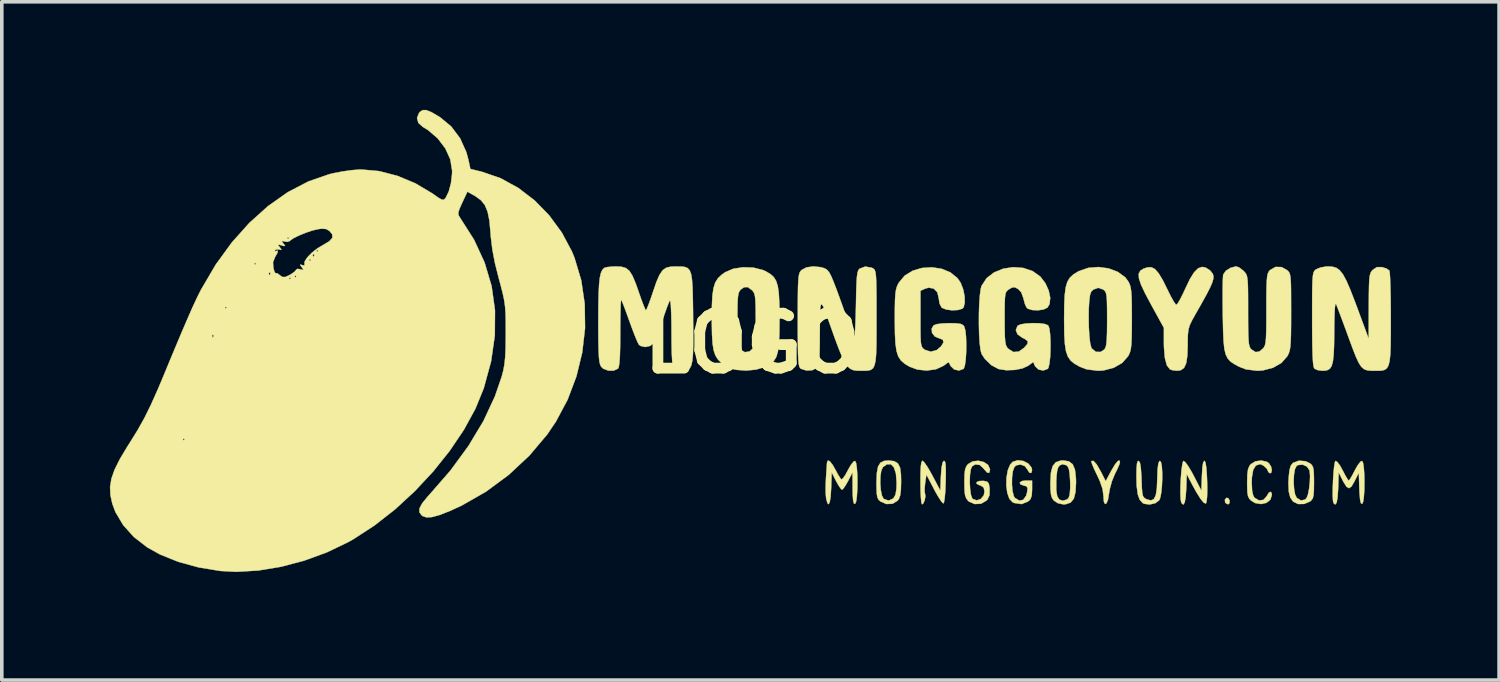
<source format=kicad_pcb>
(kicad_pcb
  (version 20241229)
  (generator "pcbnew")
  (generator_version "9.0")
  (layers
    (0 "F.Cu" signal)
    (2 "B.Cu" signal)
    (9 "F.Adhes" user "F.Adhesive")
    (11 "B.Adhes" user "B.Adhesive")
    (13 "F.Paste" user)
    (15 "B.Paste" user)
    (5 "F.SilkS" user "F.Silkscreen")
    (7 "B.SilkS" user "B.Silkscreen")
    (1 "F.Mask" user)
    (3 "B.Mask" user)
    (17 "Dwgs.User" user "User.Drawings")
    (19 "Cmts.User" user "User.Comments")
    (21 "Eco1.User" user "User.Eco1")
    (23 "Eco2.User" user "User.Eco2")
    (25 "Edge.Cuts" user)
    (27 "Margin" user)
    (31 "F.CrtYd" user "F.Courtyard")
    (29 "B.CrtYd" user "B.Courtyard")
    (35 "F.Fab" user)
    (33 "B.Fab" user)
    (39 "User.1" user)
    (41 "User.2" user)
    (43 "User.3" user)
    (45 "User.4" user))
  (footprint "LOGO"
    (layer "F.Cu")
    (at 17.822 6.478)
    (property "Reference" "LOGO" (at 0 0 0) (layer "F.SilkS") (effects (font (size 1.524 1.524) (thickness 0.3))))
    (attr through_hole)
    (fp_poly (pts (xy 13.212 4.295) (xy 13.253 4.358) (xy 13.252 4.434) (xy 13.211 4.47) (xy 13.142 4.433) (xy 13.132 4.42) (xy 13.122 4.344) (xy 13.162 4.291) (xy 13.212 4.295)) (stroke (width 0.01) (type solid)) (fill yes) (layer "F.SilkS"))
    (fp_poly (pts (xy 10.211 3.304) (xy 10.189 3.374) (xy 10.132 3.503) (xy 10.073 3.621) (xy 9.987 3.829) (xy 9.925 4.057) (xy 9.908 4.162) (xy 9.878 4.339) (xy 9.838 4.44) (xy 9.797 4.46) (xy 9.765 4.394) (xy 9.754 4.245) (xy 9.73 4.048) (xy 9.652 3.821) (xy 9.573 3.651) (xy 9.491 3.48) (xy 9.435 3.346) (xy 9.415 3.273) (xy 9.417 3.266) (xy 9.478 3.265) (xy 9.564 3.36) (xy 9.675 3.552) (xy 9.684 3.568) (xy 9.815 3.827) (xy 9.969 3.539) (xy 10.072 3.365) (xy 10.151 3.268) (xy 10.198 3.253) (xy 10.211 3.304)) (stroke (width 0.01) (type solid)) (fill yes) (layer "F.SilkS"))
    (fp_poly (pts (xy 12.562 3.265) (xy 12.587 3.32) (xy 12.607 3.452) (xy 12.622 3.635) (xy 12.631 3.845) (xy 12.634 4.056) (xy 12.63 4.243) (xy 12.617 4.381) (xy 12.597 4.446) (xy 12.596 4.447) (xy 12.538 4.425) (xy 12.447 4.315) (xy 12.327 4.123) (xy 12.211 3.912) (xy 12.065 3.632) (xy 12.05 4.051) (xy 12.034 4.274) (xy 12.007 4.418) (xy 11.97 4.477) (xy 11.927 4.443) (xy 11.909 4.403) (xy 11.893 4.308) (xy 11.888 4.148) (xy 11.891 3.951) (xy 11.901 3.74) (xy 11.917 3.541) (xy 11.938 3.38) (xy 11.961 3.282) (xy 11.974 3.265) (xy 12.023 3.298) (xy 12.104 3.407) (xy 12.204 3.574) (xy 12.253 3.667) (xy 12.471 4.089) (xy 12.486 3.667) (xy 12.499 3.444) (xy 12.52 3.313) (xy 12.55 3.264) (xy 12.562 3.265)) (stroke (width 0.01) (type solid)) (fill yes) (layer "F.SilkS"))
    (fp_poly (pts (xy 10.767 3.32) (xy 10.791 3.465) (xy 10.807 3.705) (xy 10.81 3.778) (xy 10.818 4.006) (xy 10.83 4.154) (xy 10.851 4.242) (xy 10.887 4.292) (xy 10.942 4.325) (xy 10.951 4.329) (xy 11.067 4.36) (xy 11.15 4.327) (xy 11.205 4.219) (xy 11.235 4.029) (xy 11.247 3.754) (xy 11.255 3.502) (xy 11.275 3.342) (xy 11.306 3.269) (xy 11.316 3.264) (xy 11.349 3.297) (xy 11.372 3.408) (xy 11.383 3.572) (xy 11.384 3.766) (xy 11.375 3.967) (xy 11.356 4.15) (xy 11.328 4.292) (xy 11.3 4.357) (xy 11.19 4.438) (xy 11.036 4.473) (xy 10.885 4.454) (xy 10.841 4.432) (xy 10.758 4.34) (xy 10.704 4.187) (xy 10.675 3.959) (xy 10.668 3.708) (xy 10.672 3.477) (xy 10.684 3.336) (xy 10.706 3.271) (xy 10.732 3.264) (xy 10.767 3.32)) (stroke (width 0.01) (type solid)) (fill yes) (layer "F.SilkS"))
    (fp_poly (pts (xy 4.737 3.262) (xy 4.788 3.314) (xy 4.87 3.434) (xy 4.968 3.602) (xy 5.013 3.686) (xy 5.226 4.089) (xy 5.242 3.687) (xy 5.26 3.447) (xy 5.29 3.306) (xy 5.323 3.263) (xy 5.351 3.275) (xy 5.369 3.342) (xy 5.377 3.476) (xy 5.377 3.692) (xy 5.374 3.843) (xy 5.364 4.1) (xy 5.347 4.295) (xy 5.327 4.414) (xy 5.309 4.445) (xy 5.264 4.403) (xy 5.188 4.29) (xy 5.093 4.128) (xy 5.049 4.044) (xy 4.84 3.643) (xy 4.804 3.879) (xy 4.789 4.029) (xy 4.792 4.138) (xy 4.799 4.163) (xy 4.811 4.244) (xy 4.792 4.353) (xy 4.754 4.443) (xy 4.719 4.47) (xy 4.701 4.423) (xy 4.687 4.293) (xy 4.677 4.101) (xy 4.674 3.866) (xy 4.674 3.857) (xy 4.676 3.586) (xy 4.685 3.405) (xy 4.701 3.301) (xy 4.725 3.262) (xy 4.737 3.262)) (stroke (width 0.01) (type solid)) (fill yes) (layer "F.SilkS"))
    (fp_poly (pts (xy 14.289 3.289) (xy 14.347 3.331) (xy 14.405 3.423) (xy 14.426 3.524) (xy 14.406 3.595) (xy 14.376 3.607) (xy 14.327 3.571) (xy 14.326 3.56) (xy 14.286 3.478) (xy 14.198 3.396) (xy 14.105 3.353) (xy 14.097 3.353) (xy 13.983 3.391) (xy 13.909 3.51) (xy 13.873 3.716) (xy 13.868 3.861) (xy 13.878 4.085) (xy 13.909 4.226) (xy 13.948 4.289) (xy 14.074 4.362) (xy 14.196 4.344) (xy 14.284 4.242) (xy 14.348 4.14) (xy 14.401 4.122) (xy 14.427 4.19) (xy 14.427 4.209) (xy 14.385 4.341) (xy 14.275 4.428) (xy 14.126 4.461) (xy 13.966 4.434) (xy 13.861 4.373) (xy 13.801 4.314) (xy 13.765 4.24) (xy 13.747 4.126) (xy 13.742 3.945) (xy 13.741 3.871) (xy 13.746 3.65) (xy 13.764 3.505) (xy 13.801 3.409) (xy 13.838 3.358) (xy 13.97 3.276) (xy 14.135 3.253) (xy 14.289 3.289)) (stroke (width 0.01) (type solid)) (fill yes) (layer "F.SilkS"))
    (fp_poly (pts (xy 3.944 3.271) (xy 4.046 3.331) (xy 4.107 3.448) (xy 4.133 3.639) (xy 4.137 3.836) (xy 4.131 4.064) (xy 4.113 4.215) (xy 4.078 4.314) (xy 4.04 4.367) (xy 3.9 4.453) (xy 3.728 4.46) (xy 3.567 4.391) (xy 3.513 4.343) (xy 3.479 4.278) (xy 3.461 4.172) (xy 3.455 4.001) (xy 3.454 3.884) (xy 3.558 3.884) (xy 3.573 4.072) (xy 3.605 4.227) (xy 3.653 4.316) (xy 3.659 4.32) (xy 3.789 4.365) (xy 3.906 4.314) (xy 3.933 4.289) (xy 3.982 4.198) (xy 4.008 4.039) (xy 4.013 3.861) (xy 3.993 3.614) (xy 3.938 3.444) (xy 3.853 3.356) (xy 3.743 3.358) (xy 3.631 3.438) (xy 3.586 3.535) (xy 3.563 3.694) (xy 3.558 3.884) (xy 3.454 3.884) (xy 3.454 3.866) (xy 3.464 3.601) (xy 3.497 3.422) (xy 3.563 3.314) (xy 3.669 3.263) (xy 3.789 3.253) (xy 3.944 3.271)) (stroke (width 0.01) (type solid)) (fill yes) (layer "F.SilkS"))
    (fp_poly (pts (xy 8.793 3.276) (xy 8.899 3.357) (xy 8.962 3.508) (xy 8.989 3.74) (xy 8.992 3.861) (xy 8.977 4.129) (xy 8.93 4.312) (xy 8.842 4.42) (xy 8.707 4.466) (xy 8.636 4.47) (xy 8.487 4.436) (xy 8.382 4.369) (xy 8.329 4.299) (xy 8.298 4.203) (xy 8.284 4.055) (xy 8.28 3.861) (xy 8.282 3.833) (xy 8.443 3.833) (xy 8.443 4.082) (xy 8.47 4.246) (xy 8.527 4.337) (xy 8.619 4.368) (xy 8.636 4.369) (xy 8.744 4.332) (xy 8.784 4.297) (xy 8.816 4.202) (xy 8.831 4.021) (xy 8.829 3.833) (xy 8.815 3.618) (xy 8.792 3.484) (xy 8.754 3.408) (xy 8.725 3.384) (xy 8.615 3.355) (xy 8.547 3.384) (xy 8.498 3.437) (xy 8.468 3.538) (xy 8.449 3.706) (xy 8.443 3.833) (xy 8.282 3.833) (xy 8.295 3.592) (xy 8.342 3.41) (xy 8.43 3.302) (xy 8.565 3.255) (xy 8.636 3.251) (xy 8.793 3.276)) (stroke (width 0.01) (type solid)) (fill yes) (layer "F.SilkS"))
    (fp_poly (pts (xy 7.53 3.266) (xy 7.668 3.338) (xy 7.756 3.447) (xy 7.772 3.522) (xy 7.749 3.597) (xy 7.697 3.592) (xy 7.647 3.51) (xy 7.645 3.505) (xy 7.571 3.408) (xy 7.454 3.365) (xy 7.336 3.385) (xy 7.282 3.431) (xy 7.239 3.546) (xy 7.216 3.719) (xy 7.213 3.916) (xy 7.229 4.102) (xy 7.265 4.243) (xy 7.293 4.289) (xy 7.416 4.365) (xy 7.524 4.345) (xy 7.605 4.235) (xy 7.635 4.131) (xy 7.647 4.017) (xy 7.613 3.967) (xy 7.559 3.953) (xy 7.449 3.915) (xy 7.43 3.864) (xy 7.494 3.822) (xy 7.59 3.81) (xy 7.772 3.81) (xy 7.772 4.061) (xy 7.762 4.228) (xy 7.724 4.33) (xy 7.659 4.391) (xy 7.48 4.462) (xy 7.282 4.433) (xy 7.232 4.411) (xy 7.142 4.316) (xy 7.084 4.153) (xy 7.057 3.948) (xy 7.062 3.731) (xy 7.097 3.527) (xy 7.164 3.366) (xy 7.234 3.29) (xy 7.374 3.246) (xy 7.53 3.266)) (stroke (width 0.01) (type solid)) (fill yes) (layer "F.SilkS"))
    (fp_poly (pts (xy 16.245 3.295) (xy 16.32 3.396) (xy 16.392 3.527) (xy 16.469 3.675) (xy 16.531 3.777) (xy 16.561 3.81) (xy 16.597 3.768) (xy 16.661 3.659) (xy 16.729 3.527) (xy 16.813 3.378) (xy 16.888 3.284) (xy 16.93 3.264) (xy 16.959 3.322) (xy 16.979 3.455) (xy 16.992 3.64) (xy 16.996 3.851) (xy 16.993 4.063) (xy 16.981 4.251) (xy 16.962 4.39) (xy 16.934 4.456) (xy 16.931 4.457) (xy 16.898 4.435) (xy 16.875 4.335) (xy 16.86 4.148) (xy 16.855 4.034) (xy 16.84 3.591) (xy 16.721 3.83) (xy 16.64 3.97) (xy 16.571 4.021) (xy 16.501 3.983) (xy 16.417 3.851) (xy 16.375 3.77) (xy 16.281 3.581) (xy 16.267 4.026) (xy 16.251 4.276) (xy 16.224 4.425) (xy 16.184 4.475) (xy 16.137 4.432) (xy 16.122 4.356) (xy 16.115 4.21) (xy 16.117 4.018) (xy 16.125 3.807) (xy 16.138 3.601) (xy 16.155 3.425) (xy 16.175 3.304) (xy 16.194 3.263) (xy 16.245 3.295)) (stroke (width 0.01) (type solid)) (fill yes) (layer "F.SilkS"))
    (fp_poly (pts (xy 15.362 3.273) (xy 15.483 3.33) (xy 15.537 3.378) (xy 15.571 3.443) (xy 15.588 3.548) (xy 15.595 3.717) (xy 15.596 3.861) (xy 15.593 4.08) (xy 15.583 4.222) (xy 15.56 4.308) (xy 15.518 4.363) (xy 15.483 4.391) (xy 15.322 4.459) (xy 15.153 4.46) (xy 15.019 4.394) (xy 15.015 4.391) (xy 14.938 4.279) (xy 14.897 4.122) (xy 14.887 3.9) (xy 14.889 3.842) (xy 15.032 3.842) (xy 15.043 4.034) (xy 15.071 4.194) (xy 15.117 4.289) (xy 15.237 4.363) (xy 15.348 4.337) (xy 15.387 4.299) (xy 15.427 4.204) (xy 15.459 4.043) (xy 15.481 3.854) (xy 15.487 3.672) (xy 15.474 3.533) (xy 15.473 3.529) (xy 15.401 3.421) (xy 15.281 3.366) (xy 15.153 3.379) (xy 15.112 3.404) (xy 15.067 3.494) (xy 15.04 3.651) (xy 15.032 3.842) (xy 14.889 3.842) (xy 14.894 3.726) (xy 14.915 3.522) (xy 14.952 3.395) (xy 15.01 3.322) (xy 15.011 3.321) (xy 15.176 3.258) (xy 15.362 3.273)) (stroke (width 0.01) (type solid)) (fill yes) (layer "F.SilkS"))
    (fp_poly (pts (xy 2.16 3.275) (xy 2.239 3.377) (xy 2.31 3.502) (xy 2.387 3.645) (xy 2.452 3.747) (xy 2.479 3.778) (xy 2.521 3.751) (xy 2.59 3.652) (xy 2.659 3.524) (xy 2.743 3.376) (xy 2.817 3.284) (xy 2.859 3.264) (xy 2.888 3.322) (xy 2.908 3.455) (xy 2.921 3.64) (xy 2.925 3.851) (xy 2.921 4.063) (xy 2.909 4.252) (xy 2.889 4.391) (xy 2.86 4.456) (xy 2.857 4.458) (xy 2.825 4.441) (xy 2.805 4.357) (xy 2.794 4.192) (xy 2.792 4.03) (xy 2.789 3.581) (xy 2.664 3.823) (xy 2.587 3.957) (xy 2.523 4.045) (xy 2.497 4.064) (xy 2.453 4.023) (xy 2.384 3.916) (xy 2.333 3.823) (xy 2.21 3.581) (xy 2.195 4.026) (xy 2.181 4.253) (xy 2.157 4.402) (xy 2.127 4.466) (xy 2.094 4.441) (xy 2.059 4.319) (xy 2.056 4.303) (xy 2.044 4.168) (xy 2.042 3.973) (xy 2.051 3.761) (xy 2.051 3.757) (xy 2.064 3.564) (xy 2.074 3.408) (xy 2.08 3.319) (xy 2.08 3.315) (xy 2.104 3.252) (xy 2.16 3.275)) (stroke (width 0.01) (type solid)) (fill yes) (layer "F.SilkS"))
    (fp_poly (pts (xy 6.433 3.296) (xy 6.551 3.376) (xy 6.603 3.493) (xy 6.604 3.508) (xy 6.583 3.593) (xy 6.526 3.589) (xy 6.442 3.497) (xy 6.431 3.48) (xy 6.32 3.376) (xy 6.197 3.36) (xy 6.106 3.414) (xy 6.069 3.503) (xy 6.048 3.659) (xy 6.042 3.85) (xy 6.052 4.043) (xy 6.075 4.207) (xy 6.113 4.308) (xy 6.123 4.319) (xy 6.236 4.359) (xy 6.348 4.32) (xy 6.43 4.223) (xy 6.452 4.121) (xy 6.431 4.006) (xy 6.349 3.949) (xy 6.317 3.94) (xy 6.233 3.899) (xy 6.233 3.855) (xy 6.302 3.823) (xy 6.425 3.818) (xy 6.433 3.819) (xy 6.526 3.84) (xy 6.572 3.897) (xy 6.592 4.019) (xy 6.594 4.049) (xy 6.589 4.218) (xy 6.534 4.334) (xy 6.505 4.366) (xy 6.355 4.452) (xy 6.181 4.461) (xy 6.022 4.394) (xy 5.994 4.369) (xy 5.942 4.299) (xy 5.91 4.203) (xy 5.896 4.055) (xy 5.893 3.861) (xy 5.897 3.645) (xy 5.913 3.505) (xy 5.947 3.413) (xy 5.994 3.353) (xy 6.125 3.277) (xy 6.282 3.26) (xy 6.433 3.296)) (stroke (width 0.01) (type solid)) (fill yes) (layer "F.SilkS"))
    (fp_poly (pts (xy 12.585 -2.104) (xy 12.71 -2.025) (xy 12.784 -1.934) (xy 12.805 -1.87) (xy 12.803 -1.793) (xy 12.773 -1.688) (xy 12.71 -1.543) (xy 12.609 -1.346) (xy 12.464 -1.084) (xy 12.324 -0.838) (xy 12.216 -0.646) (xy 12.148 -0.505) (xy 12.111 -0.378) (xy 12.095 -0.231) (xy 12.091 -0.028) (xy 12.091 0.052) (xy 12.081 0.345) (xy 12.05 0.551) (xy 11.991 0.68) (xy 11.901 0.746) (xy 11.795 0.761) (xy 11.67 0.747) (xy 11.598 0.722) (xy 11.512 0.61) (xy 11.457 0.402) (xy 11.432 0.099) (xy 11.43 -0.015) (xy 11.43 -0.429) (xy 11.074 -1.077) (xy 10.908 -1.389) (xy 10.796 -1.627) (xy 10.738 -1.803) (xy 10.731 -1.928) (xy 10.775 -2.014) (xy 10.869 -2.073) (xy 10.98 -2.108) (xy 11.084 -2.111) (xy 11.184 -2.059) (xy 11.287 -1.94) (xy 11.404 -1.744) (xy 11.532 -1.486) (xy 11.623 -1.302) (xy 11.703 -1.159) (xy 11.76 -1.078) (xy 11.776 -1.067) (xy 11.816 -1.11) (xy 11.884 -1.226) (xy 11.968 -1.395) (xy 12.015 -1.496) (xy 12.15 -1.778) (xy 12.269 -1.97) (xy 12.38 -2.081) (xy 12.49 -2.12) (xy 12.585 -2.104)) (stroke (width 0.01) (type solid)) (fill yes) (layer "F.SilkS"))
    (fp_poly (pts (xy 0.039 -2.1) (xy 0.304 -2.033) (xy 0.387 -1.995) (xy 0.51 -1.921) (xy 0.603 -1.838) (xy 0.67 -1.729) (xy 0.715 -1.582) (xy 0.743 -1.381) (xy 0.757 -1.111) (xy 0.762 -0.758) (xy 0.762 -0.653) (xy 0.759 -0.281) (xy 0.746 0.004) (xy 0.72 0.217) (xy 0.676 0.373) (xy 0.608 0.486) (xy 0.512 0.571) (xy 0.383 0.643) (xy 0.342 0.662) (xy 0.107 0.731) (xy -0.171 0.756) (xy -0.442 0.736) (xy -0.584 0.701) (xy -0.739 0.625) (xy -0.857 0.54) (xy -0.95 0.444) (xy -1.018 0.335) (xy -1.065 0.195) (xy -1.095 0.009) (xy -1.111 -0.241) (xy -1.117 -0.571) (xy -1.118 -0.656) (xy -0.406 -0.656) (xy -0.405 -0.352) (xy -0.398 -0.134) (xy -0.385 0.014) (xy -0.365 0.109) (xy -0.335 0.165) (xy -0.327 0.174) (xy -0.196 0.247) (xy -0.065 0.224) (xy 0.023 0.141) (xy 0.056 0.071) (xy 0.079 -0.039) (xy 0.093 -0.204) (xy 0.1 -0.442) (xy 0.102 -0.672) (xy 0.1 -0.955) (xy 0.095 -1.156) (xy 0.083 -1.291) (xy 0.063 -1.379) (xy 0.031 -1.438) (xy 0 -1.473) (xy -0.117 -1.56) (xy -0.221 -1.557) (xy -0.314 -1.491) (xy -0.35 -1.447) (xy -0.376 -1.383) (xy -0.392 -1.28) (xy -0.402 -1.123) (xy -0.406 -0.894) (xy -0.406 -0.656) (xy -1.118 -0.656) (xy -1.118 -0.689) (xy -1.114 -1.05) (xy -1.1 -1.325) (xy -1.07 -1.532) (xy -1.021 -1.686) (xy -0.947 -1.804) (xy -0.844 -1.903) (xy -0.748 -1.971) (xy -0.524 -2.068) (xy -0.249 -2.111) (xy 0.039 -2.1)) (stroke (width 0.01) (type solid)) (fill yes) (layer "F.SilkS"))
    (fp_poly (pts (xy 9.894 -2.079) (xy 10.149 -1.983) (xy 10.352 -1.836) (xy 10.439 -1.722) (xy 10.477 -1.649) (xy 10.504 -1.565) (xy 10.522 -1.453) (xy 10.534 -1.296) (xy 10.539 -1.076) (xy 10.541 -0.777) (xy 10.541 -0.686) (xy 10.54 -0.363) (xy 10.535 -0.125) (xy 10.526 0.046) (xy 10.51 0.168) (xy 10.485 0.259) (xy 10.45 0.335) (xy 10.438 0.356) (xy 10.275 0.543) (xy 10.04 0.678) (xy 9.757 0.752) (xy 9.601 0.762) (xy 9.285 0.722) (xy 9.092 0.648) (xy 8.95 0.567) (xy 8.842 0.479) (xy 8.765 0.368) (xy 8.713 0.219) (xy 8.682 0.018) (xy 8.666 -0.252) (xy 8.662 -0.604) (xy 8.661 -0.686) (xy 8.662 -0.699) (xy 9.342 -0.699) (xy 9.347 -0.443) (xy 9.361 -0.206) (xy 9.383 -0.011) (xy 9.414 0.116) (xy 9.426 0.141) (xy 9.543 0.237) (xy 9.676 0.239) (xy 9.775 0.174) (xy 9.807 0.125) (xy 9.83 0.041) (xy 9.844 -0.092) (xy 9.852 -0.292) (xy 9.855 -0.573) (xy 9.855 -0.661) (xy 9.854 -0.954) (xy 9.85 -1.162) (xy 9.841 -1.303) (xy 9.824 -1.392) (xy 9.798 -1.446) (xy 9.76 -1.483) (xy 9.748 -1.492) (xy 9.606 -1.541) (xy 9.471 -1.491) (xy 9.411 -1.431) (xy 9.38 -1.34) (xy 9.358 -1.171) (xy 9.345 -0.95) (xy 9.342 -0.699) (xy 8.662 -0.699) (xy 8.665 -1.055) (xy 8.678 -1.338) (xy 8.705 -1.55) (xy 8.751 -1.707) (xy 8.821 -1.822) (xy 8.919 -1.913) (xy 9.051 -1.993) (xy 9.068 -2.002) (xy 9.329 -2.093) (xy 9.613 -2.117) (xy 9.894 -2.079)) (stroke (width 0.01) (type solid)) (fill yes) (layer "F.SilkS"))
    (fp_poly (pts (xy 13.527 -2.1) (xy 13.633 -2.018) (xy 13.642 -2.009) (xy 13.685 -1.963) (xy 13.717 -1.915) (xy 13.739 -1.849) (xy 13.753 -1.75) (xy 13.762 -1.602) (xy 13.766 -1.392) (xy 13.767 -1.104) (xy 13.767 -0.899) (xy 13.768 -0.556) (xy 13.771 -0.3) (xy 13.778 -0.117) (xy 13.789 0.008) (xy 13.807 0.089) (xy 13.833 0.14) (xy 13.86 0.17) (xy 13.975 0.244) (xy 14.079 0.229) (xy 14.173 0.152) (xy 14.208 0.111) (xy 14.234 0.057) (xy 14.252 -0.023) (xy 14.264 -0.146) (xy 14.271 -0.324) (xy 14.274 -0.574) (xy 14.275 -0.91) (xy 14.275 -0.94) (xy 14.275 -1.283) (xy 14.278 -1.539) (xy 14.285 -1.722) (xy 14.296 -1.848) (xy 14.314 -1.932) (xy 14.339 -1.987) (xy 14.373 -2.029) (xy 14.376 -2.032) (xy 14.528 -2.12) (xy 14.698 -2.115) (xy 14.841 -2.036) (xy 14.881 -2.002) (xy 14.911 -1.961) (xy 14.932 -1.901) (xy 14.946 -1.808) (xy 14.955 -1.667) (xy 14.959 -1.465) (xy 14.96 -1.187) (xy 14.961 -0.881) (xy 14.96 -0.522) (xy 14.957 -0.25) (xy 14.95 -0.049) (xy 14.939 0.095) (xy 14.922 0.199) (xy 14.897 0.277) (xy 14.864 0.345) (xy 14.858 0.356) (xy 14.694 0.543) (xy 14.46 0.678) (xy 14.177 0.752) (xy 14.021 0.762) (xy 13.709 0.723) (xy 13.514 0.648) (xy 13.378 0.574) (xy 13.274 0.502) (xy 13.197 0.415) (xy 13.143 0.301) (xy 13.107 0.144) (xy 13.086 -0.069) (xy 13.074 -0.353) (xy 13.066 -0.723) (xy 13.065 -0.775) (xy 13.062 -1.094) (xy 13.061 -1.383) (xy 13.063 -1.625) (xy 13.068 -1.803) (xy 13.075 -1.9) (xy 13.077 -1.906) (xy 13.146 -2.009) (xy 13.276 -2.093) (xy 13.424 -2.133) (xy 13.441 -2.134) (xy 13.527 -2.1)) (stroke (width 0.01) (type solid)) (fill yes) (layer "F.SilkS"))
    (fp_poly (pts (xy 5.262 -2.068) (xy 5.505 -1.968) (xy 5.701 -1.809) (xy 5.792 -1.676) (xy 5.861 -1.495) (xy 5.899 -1.303) (xy 5.904 -1.129) (xy 5.874 -1.003) (xy 5.84 -0.963) (xy 5.716 -0.924) (xy 5.55 -0.916) (xy 5.387 -0.938) (xy 5.271 -0.986) (xy 5.261 -0.994) (xy 5.206 -1.099) (xy 5.182 -1.242) (xy 5.182 -1.247) (xy 5.144 -1.414) (xy 5.044 -1.518) (xy 4.903 -1.545) (xy 4.807 -1.518) (xy 4.674 -1.457) (xy 4.674 -0.679) (xy 4.674 -0.382) (xy 4.677 -0.171) (xy 4.685 -0.028) (xy 4.701 0.064) (xy 4.726 0.12) (xy 4.763 0.157) (xy 4.798 0.181) (xy 4.96 0.233) (xy 5.124 0.189) (xy 5.246 0.085) (xy 5.315 -0.028) (xy 5.292 -0.103) (xy 5.214 -0.131) (xy 5.075 -0.188) (xy 4.995 -0.29) (xy 4.987 -0.411) (xy 5.039 -0.498) (xy 5.124 -0.531) (xy 5.286 -0.552) (xy 5.469 -0.559) (xy 5.667 -0.555) (xy 5.788 -0.539) (xy 5.857 -0.506) (xy 5.891 -0.461) (xy 5.921 -0.353) (xy 5.939 -0.182) (xy 5.946 0.028) (xy 5.943 0.248) (xy 5.93 0.452) (xy 5.907 0.612) (xy 5.876 0.703) (xy 5.87 0.709) (xy 5.745 0.755) (xy 5.611 0.726) (xy 5.513 0.632) (xy 5.511 0.628) (xy 5.457 0.519) (xy 5.311 0.625) (xy 5.103 0.721) (xy 4.849 0.756) (xy 4.586 0.728) (xy 4.374 0.65) (xy 4.236 0.567) (xy 4.132 0.477) (xy 4.058 0.363) (xy 4.009 0.21) (xy 3.98 0.003) (xy 3.966 -0.273) (xy 3.962 -0.635) (xy 3.962 -0.653) (xy 3.963 -0.967) (xy 3.968 -1.198) (xy 3.978 -1.364) (xy 3.995 -1.484) (xy 4.021 -1.575) (xy 4.059 -1.656) (xy 4.073 -1.682) (xy 4.236 -1.878) (xy 4.458 -2.014) (xy 4.717 -2.091) (xy 4.992 -2.109) (xy 5.262 -2.068)) (stroke (width 0.01) (type solid)) (fill yes) (layer "F.SilkS"))
    (fp_poly (pts (xy 7.525 -2.092) (xy 7.785 -2.005) (xy 8.001 -1.851) (xy 8.14 -1.67) (xy 8.233 -1.466) (xy 8.275 -1.265) (xy 8.258 -1.092) (xy 8.201 -0.994) (xy 8.094 -0.94) (xy 7.939 -0.916) (xy 7.778 -0.923) (xy 7.654 -0.961) (xy 7.624 -0.986) (xy 7.576 -1.083) (xy 7.537 -1.225) (xy 7.534 -1.244) (xy 7.47 -1.419) (xy 7.384 -1.508) (xy 7.288 -1.558) (xy 7.208 -1.545) (xy 7.137 -1.503) (xy 7.088 -1.468) (xy 7.053 -1.426) (xy 7.031 -1.36) (xy 7.018 -1.252) (xy 7.012 -1.087) (xy 7.01 -0.846) (xy 7.01 -0.685) (xy 7.012 -0.393) (xy 7.016 -0.186) (xy 7.027 -0.045) (xy 7.046 0.047) (xy 7.075 0.109) (xy 7.112 0.152) (xy 7.255 0.242) (xy 7.405 0.229) (xy 7.546 0.129) (xy 7.642 0.02) (xy 7.655 -0.052) (xy 7.581 -0.115) (xy 7.505 -0.152) (xy 7.368 -0.25) (xy 7.321 -0.366) (xy 7.368 -0.485) (xy 7.452 -0.525) (xy 7.603 -0.55) (xy 7.788 -0.56) (xy 7.975 -0.556) (xy 8.129 -0.535) (xy 8.219 -0.498) (xy 8.219 -0.498) (xy 8.251 -0.415) (xy 8.272 -0.259) (xy 8.283 -0.057) (xy 8.283 0.164) (xy 8.274 0.378) (xy 8.254 0.559) (xy 8.226 0.679) (xy 8.207 0.709) (xy 8.083 0.755) (xy 7.951 0.728) (xy 7.856 0.637) (xy 7.852 0.628) (xy 7.804 0.519) (xy 7.663 0.624) (xy 7.503 0.697) (xy 7.287 0.739) (xy 7.055 0.747) (xy 6.849 0.715) (xy 6.839 0.712) (xy 6.639 0.605) (xy 6.459 0.43) (xy 6.371 0.295) (xy 6.34 0.181) (xy 6.317 -0.011) (xy 6.302 -0.258) (xy 6.296 -0.538) (xy 6.297 -0.827) (xy 6.306 -1.102) (xy 6.324 -1.341) (xy 6.349 -1.521) (xy 6.37 -1.595) (xy 6.51 -1.808) (xy 6.717 -1.967) (xy 6.97 -2.07) (xy 7.246 -2.113) (xy 7.525 -2.092)) (stroke (width 0.01) (type solid)) (fill yes) (layer "F.SilkS"))
    (fp_poly (pts (xy 16.112 -2.125) (xy 16.218 -2.094) (xy 16.311 -2.027) (xy 16.4 -1.913) (xy 16.493 -1.742) (xy 16.598 -1.502) (xy 16.723 -1.181) (xy 16.785 -1.016) (xy 17.114 -0.127) (xy 17.117 -1.029) (xy 17.119 -1.354) (xy 17.123 -1.592) (xy 17.13 -1.761) (xy 17.144 -1.875) (xy 17.165 -1.95) (xy 17.194 -2.002) (xy 17.226 -2.037) (xy 17.341 -2.114) (xy 17.482 -2.114) (xy 17.491 -2.113) (xy 17.614 -2.072) (xy 17.688 -2.019) (xy 17.699 -1.952) (xy 17.709 -1.799) (xy 17.717 -1.573) (xy 17.724 -1.29) (xy 17.727 -0.964) (xy 17.728 -0.71) (xy 17.728 -0.285) (xy 17.724 0.049) (xy 17.715 0.303) (xy 17.695 0.488) (xy 17.664 0.615) (xy 17.617 0.695) (xy 17.553 0.739) (xy 17.467 0.758) (xy 17.356 0.762) (xy 17.324 0.762) (xy 17.184 0.761) (xy 17.074 0.75) (xy 16.986 0.718) (xy 16.91 0.653) (xy 16.838 0.542) (xy 16.76 0.375) (xy 16.668 0.14) (xy 16.551 -0.176) (xy 16.512 -0.284) (xy 16.417 -0.542) (xy 16.331 -0.772) (xy 16.262 -0.955) (xy 16.217 -1.07) (xy 16.207 -1.092) (xy 16.189 -1.086) (xy 16.175 -0.982) (xy 16.165 -0.782) (xy 16.159 -0.489) (xy 16.158 -0.329) (xy 16.154 0.033) (xy 16.143 0.305) (xy 16.121 0.5) (xy 16.086 0.631) (xy 16.031 0.71) (xy 15.956 0.75) (xy 15.854 0.762) (xy 15.831 0.762) (xy 15.698 0.744) (xy 15.606 0.701) (xy 15.606 0.701) (xy 15.585 0.648) (xy 15.569 0.529) (xy 15.558 0.336) (xy 15.55 0.063) (xy 15.546 -0.298) (xy 15.545 -0.668) (xy 15.545 -1.066) (xy 15.546 -1.374) (xy 15.55 -1.606) (xy 15.556 -1.772) (xy 15.567 -1.886) (xy 15.582 -1.96) (xy 15.604 -2.006) (xy 15.633 -2.036) (xy 15.658 -2.055) (xy 15.781 -2.105) (xy 15.945 -2.132) (xy 15.985 -2.134) (xy 16.112 -2.125)) (stroke (width 0.01) (type solid)) (fill yes) (layer "F.SilkS"))
    (fp_poly (pts (xy 1.906 -2.113) (xy 2.002 -2.085) (xy 2.054 -2.06) (xy 2.101 -2.022) (xy 2.148 -1.957) (xy 2.201 -1.855) (xy 2.265 -1.701) (xy 2.348 -1.486) (xy 2.454 -1.195) (xy 2.55 -0.927) (xy 2.641 -0.676) (xy 2.723 -0.462) (xy 2.787 -0.303) (xy 2.829 -0.215) (xy 2.839 -0.203) (xy 2.85 -0.251) (xy 2.861 -0.385) (xy 2.871 -0.588) (xy 2.879 -0.844) (xy 2.885 -1.105) (xy 2.891 -1.436) (xy 2.9 -1.679) (xy 2.911 -1.85) (xy 2.928 -1.962) (xy 2.95 -2.03) (xy 2.981 -2.068) (xy 2.983 -2.07) (xy 3.142 -2.13) (xy 3.32 -2.098) (xy 3.356 -2.081) (xy 3.386 -2.06) (xy 3.409 -2.026) (xy 3.426 -1.966) (xy 3.439 -1.868) (xy 3.447 -1.721) (xy 3.451 -1.512) (xy 3.454 -1.229) (xy 3.454 -0.862) (xy 3.454 -0.713) (xy 3.454 -0.288) (xy 3.452 0.047) (xy 3.444 0.302) (xy 3.427 0.487) (xy 3.398 0.615) (xy 3.355 0.695) (xy 3.293 0.739) (xy 3.21 0.758) (xy 3.103 0.762) (xy 3.028 0.762) (xy 2.909 0.76) (xy 2.811 0.745) (xy 2.728 0.709) (xy 2.652 0.641) (xy 2.577 0.531) (xy 2.496 0.369) (xy 2.404 0.144) (xy 2.293 -0.153) (xy 2.158 -0.533) (xy 2.109 -0.67) (xy 2.033 -0.881) (xy 1.977 -1.02) (xy 1.936 -1.083) (xy 1.909 -1.065) (xy 1.893 -0.961) (xy 1.885 -0.767) (xy 1.882 -0.479) (xy 1.881 -0.296) (xy 1.879 0.038) (xy 1.874 0.284) (xy 1.864 0.458) (xy 1.848 0.573) (xy 1.826 0.645) (xy 1.8 0.682) (xy 1.673 0.746) (xy 1.509 0.755) (xy 1.359 0.707) (xy 1.332 0.684) (xy 1.31 0.641) (xy 1.295 0.568) (xy 1.284 0.452) (xy 1.276 0.281) (xy 1.272 0.043) (xy 1.27 -0.273) (xy 1.27 -0.638) (xy 1.27 -1.034) (xy 1.272 -1.342) (xy 1.276 -1.574) (xy 1.284 -1.741) (xy 1.295 -1.857) (xy 1.311 -1.935) (xy 1.334 -1.986) (xy 1.363 -2.023) (xy 1.372 -2.032) (xy 1.508 -2.106) (xy 1.698 -2.134) (xy 1.906 -2.113)) (stroke (width 0.01) (type solid)) (fill yes) (layer "F.SilkS"))
    (fp_poly (pts (xy -3.619 -2.124) (xy -3.499 -2.088) (xy -3.403 -2.009) (xy -3.318 -1.873) (xy -3.23 -1.665) (xy -3.144 -1.42) (xy -3.071 -1.212) (xy -3.008 -1.046) (xy -2.963 -0.941) (xy -2.945 -0.914) (xy -2.919 -0.96) (xy -2.87 -1.082) (xy -2.805 -1.261) (xy -2.749 -1.427) (xy -2.653 -1.706) (xy -2.568 -1.901) (xy -2.482 -2.026) (xy -2.383 -2.097) (xy -2.256 -2.127) (xy -2.121 -2.132) (xy -1.983 -2.131) (xy -1.875 -2.121) (xy -1.793 -2.091) (xy -1.734 -2.03) (xy -1.693 -1.928) (xy -1.667 -1.772) (xy -1.651 -1.552) (xy -1.643 -1.256) (xy -1.637 -0.873) (xy -1.636 -0.729) (xy -1.632 -0.301) (xy -1.632 0.037) (xy -1.64 0.294) (xy -1.657 0.483) (xy -1.686 0.612) (xy -1.728 0.695) (xy -1.787 0.74) (xy -1.863 0.759) (xy -1.947 0.762) (xy -2.081 0.744) (xy -2.173 0.702) (xy -2.174 0.701) (xy -2.199 0.638) (xy -2.216 0.498) (xy -2.228 0.276) (xy -2.234 -0.037) (xy -2.235 -0.3) (xy -2.237 -0.596) (xy -2.244 -0.848) (xy -2.253 -1.04) (xy -2.265 -1.16) (xy -2.279 -1.191) (xy -2.312 -1.125) (xy -2.366 -0.985) (xy -2.434 -0.793) (xy -2.487 -0.635) (xy -2.563 -0.411) (xy -2.637 -0.212) (xy -2.697 -0.067) (xy -2.724 -0.013) (xy -2.827 0.072) (xy -2.965 0.103) (xy -3.095 0.073) (xy -3.142 0.035) (xy -3.18 -0.037) (xy -3.242 -0.184) (xy -3.319 -0.384) (xy -3.401 -0.607) (xy -3.482 -0.833) (xy -3.552 -1.021) (xy -3.604 -1.153) (xy -3.631 -1.209) (xy -3.631 -1.209) (xy -3.639 -1.17) (xy -3.647 -1.044) (xy -3.652 -0.847) (xy -3.656 -0.594) (xy -3.658 -0.301) (xy -3.658 -0.298) (xy -3.66 0.078) (xy -3.668 0.36) (xy -3.682 0.554) (xy -3.702 0.667) (xy -3.719 0.701) (xy -3.838 0.758) (xy -3.991 0.757) (xy -4.13 0.704) (xy -4.188 0.649) (xy -4.214 0.597) (xy -4.234 0.516) (xy -4.249 0.393) (xy -4.258 0.216) (xy -4.264 -0.028) (xy -4.267 -0.352) (xy -4.267 -0.618) (xy -4.265 -1.042) (xy -4.258 -1.376) (xy -4.245 -1.632) (xy -4.225 -1.819) (xy -4.195 -1.951) (xy -4.156 -2.037) (xy -4.105 -2.089) (xy -4.099 -2.094) (xy -4.016 -2.116) (xy -3.872 -2.13) (xy -3.774 -2.133) (xy -3.619 -2.124)) (stroke (width 0.01) (type solid)) (fill yes) (layer "F.SilkS"))
    (fp_poly (pts (xy -8.909 -6.42) (xy -8.717 -6.31) (xy -8.655 -6.271) (xy -8.348 -6.017) (xy -8.103 -5.69) (xy -7.929 -5.304) (xy -7.871 -5.088) (xy -7.818 -4.839) (xy -7.493 -4.759) (xy -6.979 -4.582) (xy -6.49 -4.314) (xy -6.036 -3.967) (xy -5.63 -3.551) (xy -5.281 -3.076) (xy -5.002 -2.554) (xy -4.927 -2.372) (xy -4.74 -1.747) (xy -4.644 -1.092) (xy -4.635 -0.42) (xy -4.713 0.255) (xy -4.875 0.921) (xy -5.119 1.565) (xy -5.444 2.174) (xy -5.682 2.526) (xy -6.18 3.116) (xy -6.754 3.652) (xy -7.387 4.119) (xy -8.063 4.505) (xy -8.389 4.654) (xy -8.673 4.765) (xy -8.885 4.823) (xy -9.039 4.831) (xy -9.147 4.792) (xy -9.164 4.779) (xy -9.231 4.691) (xy -9.23 4.583) (xy -9.157 4.443) (xy -9.007 4.259) (xy -8.952 4.199) (xy -8.367 3.526) (xy -7.867 2.843) (xy -7.455 2.157) (xy -7.137 1.475) (xy -6.948 0.926) (xy -6.903 0.753) (xy -6.872 0.584) (xy -6.852 0.395) (xy -6.84 0.162) (xy -6.836 -0.138) (xy -6.835 -0.279) (xy -6.836 -0.591) (xy -6.841 -0.83) (xy -6.855 -1.025) (xy -6.88 -1.204) (xy -6.922 -1.397) (xy -6.982 -1.632) (xy -7.029 -1.803) (xy -7.137 -2.233) (xy -7.208 -2.608) (xy -7.251 -2.966) (xy -7.259 -3.076) (xy -7.289 -3.405) (xy -7.339 -3.651) (xy -7.414 -3.834) (xy -7.525 -3.972) (xy -7.679 -4.084) (xy -7.707 -4.1) (xy -7.9 -4.209) (xy -8.043 -3.904) (xy -8.118 -3.737) (xy -8.152 -3.633) (xy -8.148 -3.562) (xy -8.112 -3.497) (xy -8.106 -3.489) (xy -7.714 -2.873) (xy -7.422 -2.24) (xy -7.228 -1.588) (xy -7.134 -0.914) (xy -7.139 -0.219) (xy -7.242 0.499) (xy -7.444 1.241) (xy -7.445 1.245) (xy -7.678 1.817) (xy -7.998 2.402) (xy -8.393 2.987) (xy -8.85 3.558) (xy -9.358 4.102) (xy -9.904 4.606) (xy -10.478 5.055) (xy -11.067 5.438) (xy -11.217 5.522) (xy -11.808 5.805) (xy -12.434 6.033) (xy -13.074 6.202) (xy -13.707 6.306) (xy -14.311 6.342) (xy -14.757 6.318) (xy -15.359 6.219) (xy -15.922 6.065) (xy -16.427 5.862) (xy -16.785 5.663) (xy -17.156 5.376) (xy -17.454 5.044) (xy -17.669 4.682) (xy -17.754 4.454) (xy -17.807 4.216) (xy -17.817 3.99) (xy -17.78 3.758) (xy -17.691 3.504) (xy -17.545 3.212) (xy -17.338 2.866) (xy -17.253 2.732) (xy -17.212 2.667) (xy -15.799 2.667) (xy -15.773 2.692) (xy -15.748 2.667) (xy -15.773 2.642) (xy -15.799 2.667) (xy -17.212 2.667) (xy -17.049 2.403) (xy -16.863 2.07) (xy -16.683 1.705) (xy -16.495 1.285) (xy -16.381 1.016) (xy -16.159 0.48) (xy -15.971 0.029) (xy -15.873 -0.203) (xy -14.986 -0.203) (xy -14.967 -0.161) (xy -14.952 -0.169) (xy -14.946 -0.23) (xy -14.952 -0.237) (xy -14.982 -0.23) (xy -14.986 -0.203) (xy -15.873 -0.203) (xy -15.812 -0.348) (xy -15.678 -0.659) (xy -15.566 -0.915) (xy -15.532 -0.991) (xy -14.63 -0.991) (xy -14.605 -0.965) (xy -14.58 -0.991) (xy -14.605 -1.016) (xy -14.63 -0.991) (xy -15.532 -0.991) (xy -15.47 -1.126) (xy -15.388 -1.301) (xy -15.313 -1.449) (xy -15.287 -1.499) (xy -15.108 -1.803) (xy -12.852 -1.803) (xy -12.827 -1.778) (xy -12.802 -1.803) (xy -12.827 -1.829) (xy -12.852 -1.803) (xy -15.108 -1.803) (xy -15.034 -1.93) (xy -13.411 -1.93) (xy -13.393 -1.889) (xy -13.377 -1.897) (xy -13.371 -1.957) (xy -13.377 -1.964) (xy -13.408 -1.957) (xy -13.411 -1.93) (xy -15.034 -1.93) (xy -14.887 -2.18) (xy -14.865 -2.21) (xy -13.818 -2.21) (xy -13.792 -2.184) (xy -13.767 -2.21) (xy -13.792 -2.235) (xy -13.818 -2.21) (xy -14.865 -2.21) (xy -14.837 -2.249) (xy -13.295 -2.249) (xy -13.286 -2.1) (xy -13.257 -1.99) (xy -13.229 -1.946) (xy -13.224 -1.948) (xy -13.171 -1.941) (xy -13.122 -1.903) (xy -13.039 -1.842) (xy -12.949 -1.841) (xy -12.922 -1.854) (xy -12.7 -1.854) (xy -12.675 -1.829) (xy -12.649 -1.854) (xy -12.675 -1.88) (xy -12.7 -1.854) (xy -12.922 -1.854) (xy -12.819 -1.903) (xy -12.797 -1.916) (xy -12.697 -1.987) (xy -12.65 -2.043) (xy -12.649 -2.046) (xy -12.609 -2.067) (xy -12.535 -2.053) (xy -12.457 -2.034) (xy -12.463 -2.066) (xy -12.497 -2.11) (xy -12.545 -2.177) (xy -12.521 -2.183) (xy -12.481 -2.169) (xy -12.419 -2.16) (xy -12.422 -2.187) (xy -12.418 -2.269) (xy -12.391 -2.311) (xy -12.294 -2.311) (xy -12.268 -2.286) (xy -12.243 -2.311) (xy -12.268 -2.337) (xy -12.294 -2.311) (xy -12.391 -2.311) (xy -12.344 -2.383) (xy -12.291 -2.438) (xy -12.192 -2.438) (xy -12.173 -2.397) (xy -12.158 -2.405) (xy -12.152 -2.465) (xy -12.158 -2.472) (xy -12.188 -2.465) (xy -12.192 -2.438) (xy -12.291 -2.438) (xy -12.219 -2.512) (xy -12.151 -2.565) (xy -12.09 -2.565) (xy -12.065 -2.54) (xy -12.04 -2.565) (xy -12.065 -2.591) (xy -12.09 -2.565) (xy -12.151 -2.565) (xy -12.06 -2.637) (xy -11.913 -2.724) (xy -11.733 -2.832) (xy -11.647 -2.928) (xy -11.651 -3.024) (xy -11.728 -3.118) (xy -11.82 -3.172) (xy -11.946 -3.181) (xy -12.045 -3.168) (xy -12.205 -3.13) (xy -12.391 -3.067) (xy -12.576 -2.991) (xy -12.729 -2.915) (xy -12.821 -2.851) (xy -12.83 -2.839) (xy -12.896 -2.814) (xy -12.971 -2.825) (xy -13.046 -2.843) (xy -13.038 -2.81) (xy -13.005 -2.769) (xy -12.959 -2.706) (xy -12.989 -2.698) (xy -13.056 -2.718) (xy -13.142 -2.74) (xy -13.145 -2.715) (xy -13.106 -2.665) (xy -13.058 -2.599) (xy -13.08 -2.592) (xy -13.117 -2.604) (xy -13.207 -2.606) (xy -13.24 -2.581) (xy -13.243 -2.548) (xy -13.216 -2.561) (xy -13.164 -2.572) (xy -13.169 -2.516) (xy -13.23 -2.409) (xy -13.238 -2.396) (xy -13.295 -2.249) (xy -14.837 -2.249) (xy -14.44 -2.796) (xy -14.328 -2.921) (xy -12.903 -2.921) (xy -12.878 -2.896) (xy -12.852 -2.921) (xy -12.878 -2.946) (xy -12.903 -2.921) (xy -14.328 -2.921) (xy -13.953 -3.341) (xy -13.432 -3.809) (xy -12.885 -4.194) (xy -12.318 -4.49) (xy -11.737 -4.692) (xy -11.603 -4.724) (xy -11.355 -4.771) (xy -11.101 -4.806) (xy -10.888 -4.823) (xy -10.846 -4.824) (xy -10.35 -4.779) (xy -9.841 -4.647) (xy -9.341 -4.438) (xy -8.874 -4.16) (xy -8.843 -4.138) (xy -8.697 -4.036) (xy -8.609 -3.987) (xy -8.555 -3.985) (xy -8.514 -4.024) (xy -8.501 -4.04) (xy -8.417 -4.213) (xy -8.355 -4.449) (xy -8.325 -4.711) (xy -8.324 -4.792) (xy -8.374 -5.103) (xy -8.512 -5.408) (xy -8.724 -5.687) (xy -8.996 -5.92) (xy -9.136 -6.005) (xy -9.261 -6.116) (xy -9.298 -6.253) (xy -9.243 -6.392) (xy -9.215 -6.424) (xy -9.14 -6.472) (xy -9.044 -6.473) (xy -8.909 -6.42)) (stroke (width 0.01) (type solid)) (fill yes) (layer "F.SilkS")))
  (gr_rect
    (start -3 -3)
    (end 38.555 15.825)
    (stroke (width 0.1) (type default))
    (fill no)
    (layer "Edge.Cuts")))
</source>
